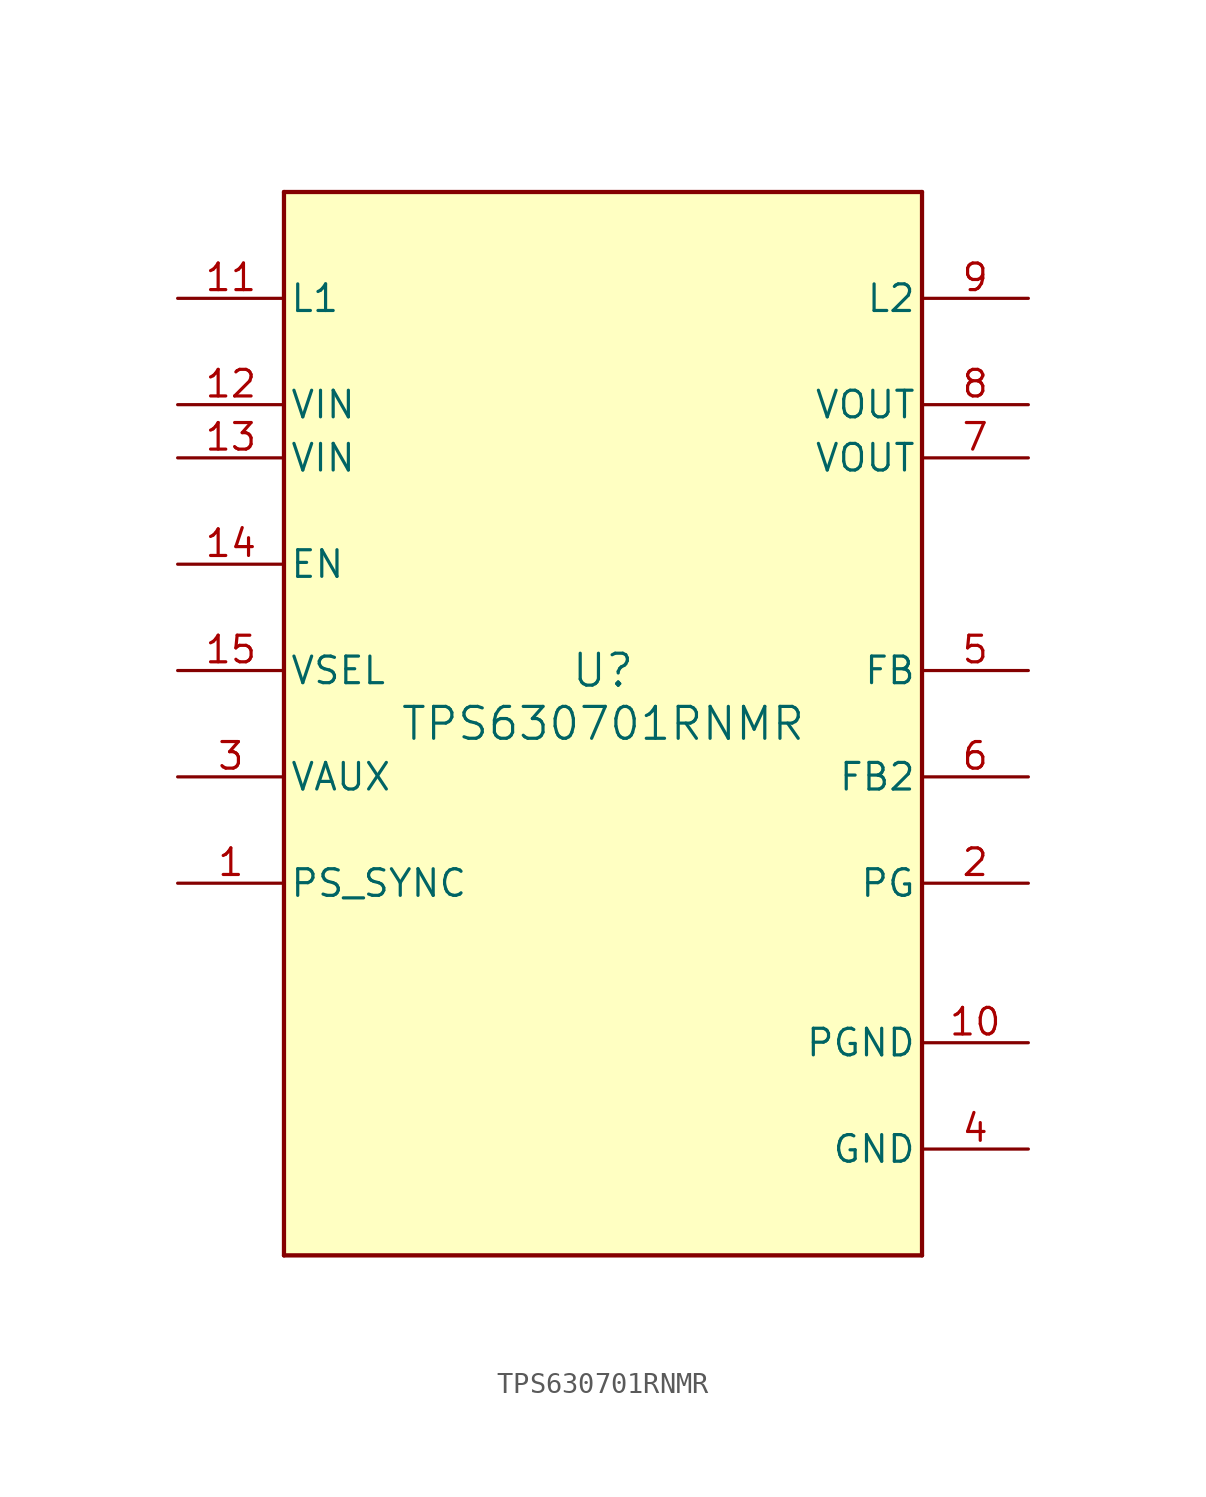
<source format=kicad_sym>
(kicad_symbol_lib
  (version 20220914)
  (generator kicad_symbol_editor)
  (symbol "TPS630701RNMR"
    (pin_names
      (offset 0.254))
    (property "Reference" "U"
      (at 0 2.54 0)
      (effects (font (size 1.524 1.524))))
    (property "Value" "TPS630701RNMR"
      (at 0 0 0)
      (effects (font (size 1.524 1.524))))
    (symbol "TPS630701RNMR_0_1"
      (polyline (pts (xy -15.24 -25.4) (xy 15.24 -25.4)) (stroke (width 0.203) (type default)) (fill (type none)))
      (polyline (pts (xy -15.24 25.4) (xy -15.24 -25.4)) (stroke (width 0.203) (type default)) (fill (type none)))
      (polyline (pts (xy 15.24 -25.4) (xy 15.24 25.4)) (stroke (width 0.203) (type default)) (fill (type none)))
      (polyline (pts (xy 15.24 25.4) (xy -15.24 25.4)) (stroke (width 0.203) (type default)) (fill (type none)))
      (pin input line (at -20.32 -7.62 0) (length 5.08) (name "PS_SYNC" (effects (font (size 1.27 1.27)))) (number "1" (effects (font (size 1.27 1.27)))))
      (pin power_in line (at 20.32 -15.24 180) (length 5.08) (name "PGND" (effects (font (size 1.27 1.27)))) (number "10" (effects (font (size 1.27 1.27)))))
      (pin unspecified line (at -20.32 20.32 0) (length 5.08) (name "L1" (effects (font (size 1.27 1.27)))) (number "11" (effects (font (size 1.27 1.27)))))
      (pin power_in line (at -20.32 15.24 0) (length 5.08) (name "VIN" (effects (font (size 1.27 1.27)))) (number "12" (effects (font (size 1.27 1.27)))))
      (pin power_in line (at -20.32 12.7 0) (length 5.08) (name "VIN" (effects (font (size 1.27 1.27)))) (number "13" (effects (font (size 1.27 1.27)))))
      (pin input line (at -20.32 7.62 0) (length 5.08) (name "EN" (effects (font (size 1.27 1.27)))) (number "14" (effects (font (size 1.27 1.27)))))
      (pin input line (at -20.32 2.54 0) (length 5.08) (name "VSEL" (effects (font (size 1.27 1.27)))) (number "15" (effects (font (size 1.27 1.27)))))
      (pin open_collector line (at 20.32 -7.62 180) (length 5.08) (name "PG" (effects (font (size 1.27 1.27)))) (number "2" (effects (font (size 1.27 1.27)))))
      (pin unspecified line (at -20.32 -2.54 0) (length 5.08) (name "VAUX" (effects (font (size 1.27 1.27)))) (number "3" (effects (font (size 1.27 1.27)))))
      (pin power_in line (at 20.32 -20.32 180) (length 5.08) (name "GND" (effects (font (size 1.27 1.27)))) (number "4" (effects (font (size 1.27 1.27)))))
      (pin output line (at 20.32 2.54 180) (length 5.08) (name "FB" (effects (font (size 1.27 1.27)))) (number "5" (effects (font (size 1.27 1.27)))))
      (pin input line (at 20.32 -2.54 180) (length 5.08) (name "FB2" (effects (font (size 1.27 1.27)))) (number "6" (effects (font (size 1.27 1.27)))))
      (pin power_in line (at 20.32 12.7 180) (length 5.08) (name "VOUT" (effects (font (size 1.27 1.27)))) (number "7" (effects (font (size 1.27 1.27)))))
      (pin power_in line (at 20.32 15.24 180) (length 5.08) (name "VOUT" (effects (font (size 1.27 1.27)))) (number "8" (effects (font (size 1.27 1.27)))))
      (pin unspecified line (at 20.32 20.32 180) (length 5.08) (name "L2" (effects (font (size 1.27 1.27)))) (number "9" (effects (font (size 1.27 1.27))))))
    (symbol "TPS630701RNMR_1_1"
      (rectangle (start -15.24 25.4) (end 15.24 -25.4) (stroke (width 0) (type default)) (fill (type background))))))
</source>
